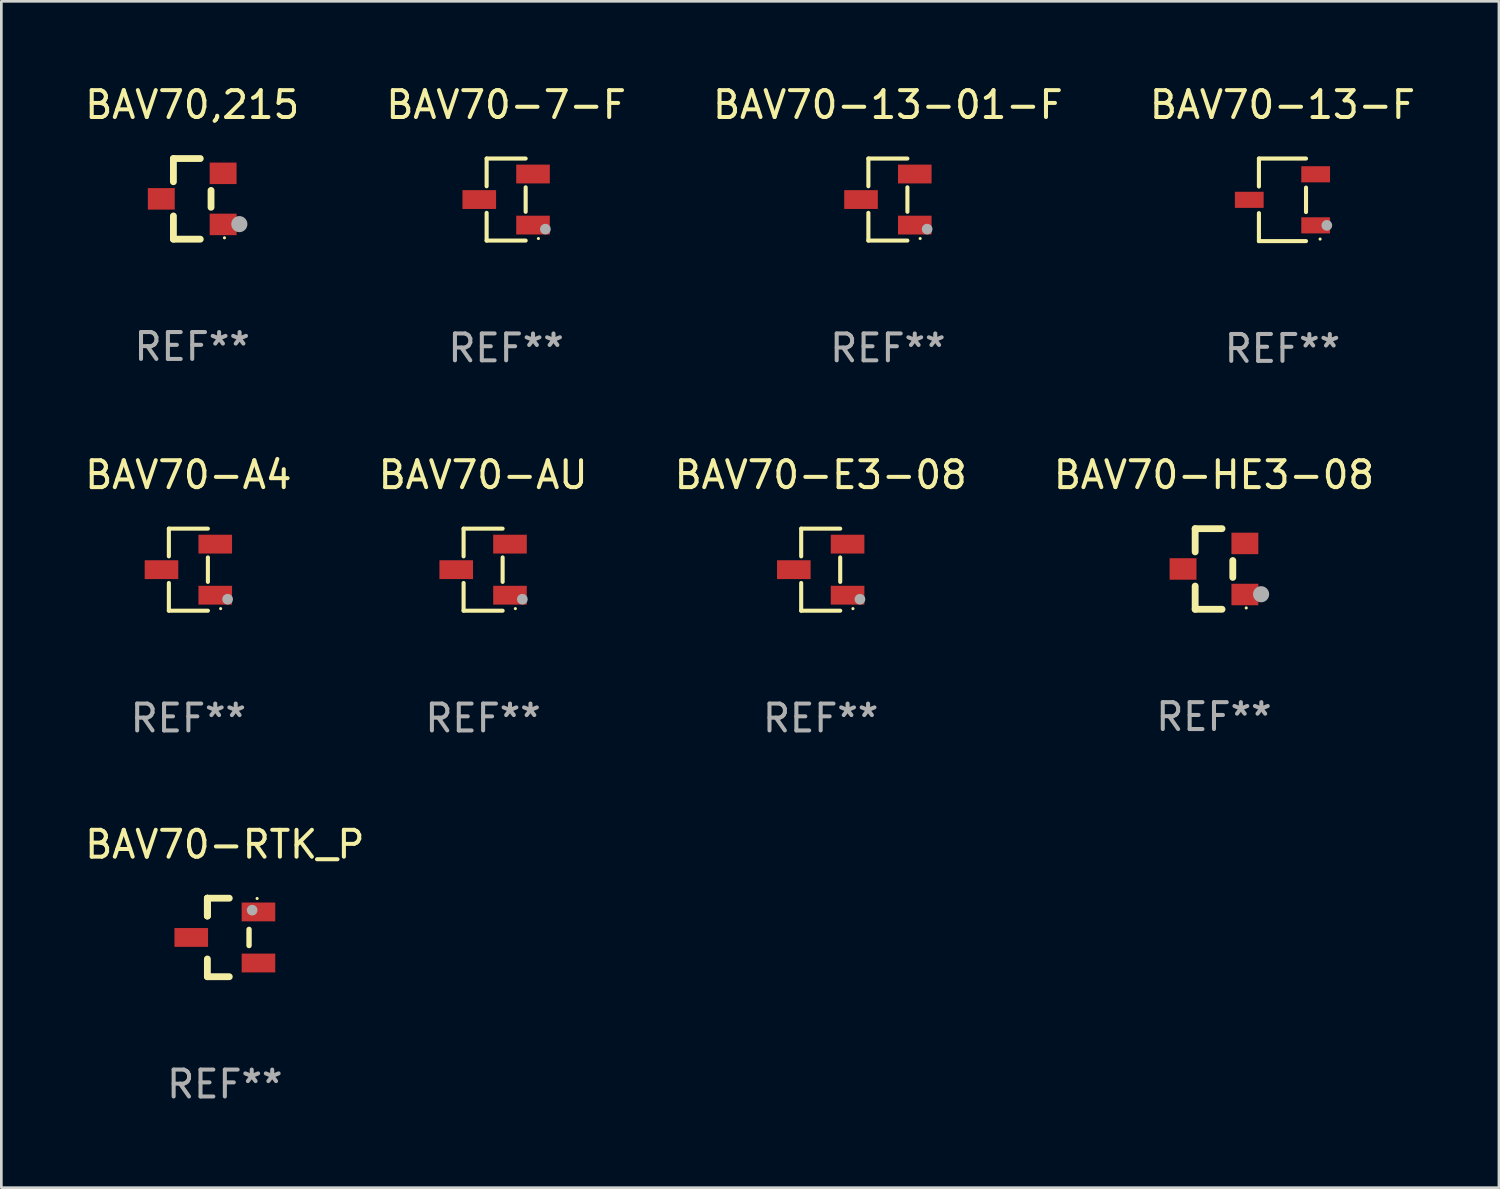
<source format=kicad_pcb>
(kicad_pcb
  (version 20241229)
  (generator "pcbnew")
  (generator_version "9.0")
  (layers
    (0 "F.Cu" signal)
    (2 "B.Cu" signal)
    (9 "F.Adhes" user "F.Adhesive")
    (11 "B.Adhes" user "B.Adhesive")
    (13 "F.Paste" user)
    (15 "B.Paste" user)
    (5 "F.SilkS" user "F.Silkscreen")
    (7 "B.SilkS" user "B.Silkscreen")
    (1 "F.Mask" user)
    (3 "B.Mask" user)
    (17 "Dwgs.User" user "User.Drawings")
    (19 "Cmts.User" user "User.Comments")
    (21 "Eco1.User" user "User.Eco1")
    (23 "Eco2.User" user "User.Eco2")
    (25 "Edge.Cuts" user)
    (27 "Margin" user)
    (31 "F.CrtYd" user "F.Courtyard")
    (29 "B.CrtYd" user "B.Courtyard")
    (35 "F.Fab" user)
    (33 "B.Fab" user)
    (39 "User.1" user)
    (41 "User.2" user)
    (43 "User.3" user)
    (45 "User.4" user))
  (footprint "BAV70-RTK_P"
    (layer "F.Cu")
    (at 5.315 31.826)
    (property "Reference" "BAV70-RTK_P" (at 0 -3.46 0) (layer "F.SilkS") (effects (font (size 1 1) (thickness 0.15))))
    (attr through_hole)
    (fp_line (start -0.65 -1.46) (end -0.65 -0.8) (stroke (width 0.254) (type solid)) (layer "F.SilkS"))
    (fp_line (start -0.65 -1.46) (end 0.165 -1.46) (stroke (width 0.254) (type solid)) (layer "F.SilkS"))
    (fp_line (start -0.65 -0.8) (end -0.65 -1.46) (stroke (width 0.254) (type solid)) (layer "F.SilkS"))
    (fp_line (start -0.65 -0.8) (end -0.65 -1.46) (stroke (width 0.254) (type solid)) (layer "F.SilkS"))
    (fp_line (start -0.65 1.46) (end -0.65 0.8) (stroke (width 0.254) (type solid)) (layer "F.SilkS"))
    (fp_line (start 0.165 1.46) (end -0.65 1.46) (stroke (width 0.254) (type solid)) (layer "F.SilkS"))
    (fp_line (start 0.9 0.3) (end 0.9 -0.3) (stroke (width 0.2) (type solid)) (layer "F.SilkS"))
    (fp_circle (center 1.2 -1.45) (end 1.23 -1.45) (stroke (width 0.06) (type solid)) (fill no) (layer "F.SilkS"))
    (fp_circle (center 1.016 -1.016) (end 1.116 -1.016) (stroke (width 0.2) (type solid)) (fill no) (layer "F.Fab"))
    (fp_text user "REF**" (at 0 5.46 0) (layer "F.Fab") (effects (font (size 1 1) (thickness 0.15))))
    (pad "1" smd rect (at 1.25 -0.95 270) (size 0.7 1.25) (layers "F.Cu" "F.Mask" "F.Paste"))
    (pad "2" smd rect (at 1.25 0.95 270) (size 0.7 1.25) (layers "F.Cu" "F.Mask" "F.Paste"))
    (pad "3" smd rect (at -1.25 -0.000013 270) (size 0.7 1.25) (layers "F.Cu" "F.Mask" "F.Paste")))
  (footprint "BAV70-E3-08"
    (layer "F.Cu")
    (at 27.482 18.143)
    (property "Reference" "BAV70-E3-08" (at 0 -3.526 0) (layer "F.SilkS") (effects (font (size 1 1) (thickness 0.15))))
    (attr through_hole)
    (fp_line (start -0.726 -1.526) (end -0.726 -0.495) (stroke (width 0.152) (type solid)) (layer "F.SilkS"))
    (fp_line (start -0.726 1.526) (end -0.726 0.495) (stroke (width 0.152) (type solid)) (layer "F.SilkS"))
    (fp_line (start 0.726 -1.526) (end -0.726 -1.526) (stroke (width 0.152) (type solid)) (layer "F.SilkS"))
    (fp_line (start 0.726 -0.455) (end 0.726 0.455) (stroke (width 0.152) (type solid)) (layer "F.SilkS"))
    (fp_line (start 0.726 1.526) (end -0.726 1.526) (stroke (width 0.152) (type solid)) (layer "F.SilkS"))
    (fp_circle (center 1.2 1.45) (end 1.23 1.45) (stroke (width 0.06) (type solid)) (fill no) (layer "F.SilkS"))
    (fp_circle (center 1.46 1.1) (end 1.56 1.1) (stroke (width 0.2) (type solid)) (fill no) (layer "F.Fab"))
    (fp_text user "REF**" (at 0 5.526 0) (layer "F.Fab") (effects (font (size 1 1) (thickness 0.15))))
    (pad "1" smd rect (at 1 0.95) (size 1.25 0.7) (layers "F.Cu" "F.Mask" "F.Paste"))
    (pad "2" smd rect (at 1 -0.95) (size 1.25 0.7) (layers "F.Cu" "F.Mask" "F.Paste"))
    (pad "3" smd rect (at -1 0) (size 1.25 0.7) (layers "F.Cu" "F.Mask" "F.Paste")))
  (footprint "BAV70-HE3-08"
    (layer "F.Cu")
    (at 42.113 18.117)
    (property "Reference" "BAV70-HE3-08" (at 0 -3.5 0) (layer "F.SilkS") (effects (font (size 1 1) (thickness 0.15))))
    (attr through_hole)
    (fp_line (start -0.7 -1.5) (end 0.3 -1.5) (stroke (width 0.254) (type solid)) (layer "F.SilkS"))
    (fp_line (start -0.7 -0.636) (end -0.7 -1.5) (stroke (width 0.254) (type solid)) (layer "F.SilkS"))
    (fp_line (start -0.7 1.5) (end -0.7 0.636) (stroke (width 0.254) (type solid)) (layer "F.SilkS"))
    (fp_line (start -0.7 1.5) (end 0.3 1.5) (stroke (width 0.254) (type solid)) (layer "F.SilkS"))
    (fp_line (start 0.7 0.314) (end 0.7 -0.314) (stroke (width 0.254) (type solid)) (layer "F.SilkS"))
    (fp_circle (center 1.2 1.45) (end 1.23 1.45) (stroke (width 0.06) (type solid)) (fill no) (layer "F.SilkS"))
    (fp_circle (center 1.753 0.94) (end 1.903 0.94) (stroke (width 0.3) (type solid)) (fill no) (layer "F.Fab"))
    (fp_text user "REF**" (at 0 5.5 0) (layer "F.Fab") (effects (font (size 1 1) (thickness 0.15))))
    (pad "1" smd rect (at 1.15 0.95 180) (size 1 0.8) (layers "F.Cu" "F.Mask" "F.Paste"))
    (pad "2" smd rect (at 1.15 -0.95 180) (size 1 0.8) (layers "F.Cu" "F.Mask" "F.Paste"))
    (pad "3" smd rect (at -1.15 -0.000051 180) (size 1 0.8) (layers "F.Cu" "F.Mask" "F.Paste")))
  (footprint "BAV70-A4"
    (layer "F.Cu")
    (at 3.958 18.143)
    (property "Reference" "BAV70-A4" (at 0 -3.526 0) (layer "F.SilkS") (effects (font (size 1 1) (thickness 0.15))))
    (attr through_hole)
    (fp_line (start -0.726 -1.526) (end -0.726 -0.495) (stroke (width 0.152) (type solid)) (layer "F.SilkS"))
    (fp_line (start -0.726 1.526) (end -0.726 0.495) (stroke (width 0.152) (type solid)) (layer "F.SilkS"))
    (fp_line (start 0.726 -1.526) (end -0.726 -1.526) (stroke (width 0.152) (type solid)) (layer "F.SilkS"))
    (fp_line (start 0.726 -0.455) (end 0.726 0.455) (stroke (width 0.152) (type solid)) (layer "F.SilkS"))
    (fp_line (start 0.726 1.526) (end -0.726 1.526) (stroke (width 0.152) (type solid)) (layer "F.SilkS"))
    (fp_circle (center 1.2 1.45) (end 1.23 1.45) (stroke (width 0.06) (type solid)) (fill no) (layer "F.SilkS"))
    (fp_circle (center 1.46 1.1) (end 1.56 1.1) (stroke (width 0.2) (type solid)) (fill no) (layer "F.Fab"))
    (fp_text user "REF**" (at 0 5.526 0) (layer "F.Fab") (effects (font (size 1 1) (thickness 0.15))))
    (pad "1" smd rect (at 1 0.95) (size 1.25 0.7) (layers "F.Cu" "F.Mask" "F.Paste"))
    (pad "2" smd rect (at 1 -0.95) (size 1.25 0.7) (layers "F.Cu" "F.Mask" "F.Paste"))
    (pad "3" smd rect (at -1 0) (size 1.25 0.7) (layers "F.Cu" "F.Mask" "F.Paste")))
  (footprint "BAV70-13-F"
    (layer "F.Cu")
    (at 44.661 4.384)
    (property "Reference" "BAV70-13-F" (at 0 -3.536 0) (layer "F.SilkS") (effects (font (size 1 1) (thickness 0.15))))
    (attr through_hole)
    (fp_line (start -0.876 -1.536) (end -0.876 -0.495) (stroke (width 0.152) (type solid)) (layer "F.SilkS"))
    (fp_line (start -0.876 1.536) (end -0.876 0.495) (stroke (width 0.152) (type solid)) (layer "F.SilkS"))
    (fp_line (start 0.876 -1.536) (end -0.876 -1.536) (stroke (width 0.152) (type solid)) (layer "F.SilkS"))
    (fp_line (start 0.876 -0.455) (end 0.876 0.455) (stroke (width 0.152) (type solid)) (layer "F.SilkS"))
    (fp_line (start 0.876 1.536) (end -0.876 1.536) (stroke (width 0.152) (type solid)) (layer "F.SilkS"))
    (fp_circle (center 1.4 1.46) (end 1.43 1.46) (stroke (width 0.06) (type solid)) (fill no) (layer "F.SilkS"))
    (fp_circle (center 1.651 0.95) (end 1.751 0.95) (stroke (width 0.2) (type solid)) (fill no) (layer "F.Fab"))
    (fp_text user "REF**" (at 0 5.536 0) (layer "F.Fab") (effects (font (size 1 1) (thickness 0.15))))
    (pad "1" smd rect (at 1.235 0.95) (size 1.07 0.6) (layers "F.Cu" "F.Mask" "F.Paste"))
    (pad "2" smd rect (at 1.235 -0.95) (size 1.07 0.6) (layers "F.Cu" "F.Mask" "F.Paste"))
    (pad "3" smd rect (at -1.235 0) (size 1.07 0.6) (layers "F.Cu" "F.Mask" "F.Paste")))
  (footprint "BAV70-AU"
    (layer "F.Cu")
    (at 14.923 18.143)
    (property "Reference" "BAV70-AU" (at 0 -3.526 0) (layer "F.SilkS") (effects (font (size 1 1) (thickness 0.15))))
    (attr through_hole)
    (fp_line (start -0.726 -1.526) (end -0.726 -0.495) (stroke (width 0.152) (type solid)) (layer "F.SilkS"))
    (fp_line (start -0.726 1.526) (end -0.726 0.495) (stroke (width 0.152) (type solid)) (layer "F.SilkS"))
    (fp_line (start 0.726 -1.526) (end -0.726 -1.526) (stroke (width 0.152) (type solid)) (layer "F.SilkS"))
    (fp_line (start 0.726 -0.455) (end 0.726 0.455) (stroke (width 0.152) (type solid)) (layer "F.SilkS"))
    (fp_line (start 0.726 1.526) (end -0.726 1.526) (stroke (width 0.152) (type solid)) (layer "F.SilkS"))
    (fp_circle (center 1.2 1.45) (end 1.23 1.45) (stroke (width 0.06) (type solid)) (fill no) (layer "F.SilkS"))
    (fp_circle (center 1.46 1.1) (end 1.56 1.1) (stroke (width 0.2) (type solid)) (fill no) (layer "F.Fab"))
    (fp_text user "REF**" (at 0 5.526 0) (layer "F.Fab") (effects (font (size 1 1) (thickness 0.15))))
    (pad "1" smd rect (at 1 0.95) (size 1.25 0.7) (layers "F.Cu" "F.Mask" "F.Paste"))
    (pad "2" smd rect (at 1 -0.95) (size 1.25 0.7) (layers "F.Cu" "F.Mask" "F.Paste"))
    (pad "3" smd rect (at -1 0) (size 1.25 0.7) (layers "F.Cu" "F.Mask" "F.Paste")))
  (footprint "BAV70-7-F"
    (layer "F.Cu")
    (at 15.78 4.374)
    (property "Reference" "BAV70-7-F" (at 0 -3.526 0) (layer "F.SilkS") (effects (font (size 1 1) (thickness 0.15))))
    (attr through_hole)
    (fp_line (start -0.726 -1.526) (end -0.726 -0.495) (stroke (width 0.152) (type solid)) (layer "F.SilkS"))
    (fp_line (start -0.726 1.526) (end -0.726 0.495) (stroke (width 0.152) (type solid)) (layer "F.SilkS"))
    (fp_line (start 0.726 -1.526) (end -0.726 -1.526) (stroke (width 0.152) (type solid)) (layer "F.SilkS"))
    (fp_line (start 0.726 -0.455) (end 0.726 0.455) (stroke (width 0.152) (type solid)) (layer "F.SilkS"))
    (fp_line (start 0.726 1.526) (end -0.726 1.526) (stroke (width 0.152) (type solid)) (layer "F.SilkS"))
    (fp_circle (center 1.2 1.45) (end 1.23 1.45) (stroke (width 0.06) (type solid)) (fill no) (layer "F.SilkS"))
    (fp_circle (center 1.46 1.1) (end 1.56 1.1) (stroke (width 0.2) (type solid)) (fill no) (layer "F.Fab"))
    (fp_text user "REF**" (at 0 5.526 0) (layer "F.Fab") (effects (font (size 1 1) (thickness 0.15))))
    (pad "1" smd rect (at 1 0.95) (size 1.25 0.7) (layers "F.Cu" "F.Mask" "F.Paste"))
    (pad "2" smd rect (at 1 -0.95) (size 1.25 0.7) (layers "F.Cu" "F.Mask" "F.Paste"))
    (pad "3" smd rect (at -1 0) (size 1.25 0.7) (layers "F.Cu" "F.Mask" "F.Paste")))
  (footprint "BAV70,215"
    (layer "F.Cu")
    (at 4.101 4.348)
    (property "Reference" "BAV70,215" (at 0 -3.5 0) (layer "F.SilkS") (effects (font (size 1 1) (thickness 0.15))))
    (attr through_hole)
    (fp_line (start -0.7 -1.5) (end 0.3 -1.5) (stroke (width 0.254) (type solid)) (layer "F.SilkS"))
    (fp_line (start -0.7 -0.636) (end -0.7 -1.5) (stroke (width 0.254) (type solid)) (layer "F.SilkS"))
    (fp_line (start -0.7 1.5) (end -0.7 0.636) (stroke (width 0.254) (type solid)) (layer "F.SilkS"))
    (fp_line (start -0.7 1.5) (end 0.3 1.5) (stroke (width 0.254) (type solid)) (layer "F.SilkS"))
    (fp_line (start 0.7 0.314) (end 0.7 -0.314) (stroke (width 0.254) (type solid)) (layer "F.SilkS"))
    (fp_circle (center 1.2 1.45) (end 1.23 1.45) (stroke (width 0.06) (type solid)) (fill no) (layer "F.SilkS"))
    (fp_circle (center 1.753 0.94) (end 1.903 0.94) (stroke (width 0.3) (type solid)) (fill no) (layer "F.Fab"))
    (fp_text user "REF**" (at 0 5.5 0) (layer "F.Fab") (effects (font (size 1 1) (thickness 0.15))))
    (pad "1" smd rect (at 1.15 0.95 180) (size 1 0.8) (layers "F.Cu" "F.Mask" "F.Paste"))
    (pad "2" smd rect (at 1.15 -0.95 180) (size 1 0.8) (layers "F.Cu" "F.Mask" "F.Paste"))
    (pad "3" smd rect (at -1.15 -0.000051 180) (size 1 0.8) (layers "F.Cu" "F.Mask" "F.Paste")))
  (footprint "BAV70-13-01-F"
    (layer "F.Cu")
    (at 29.982 4.374)
    (property "Reference" "BAV70-13-01-F" (at 0 -3.526 0) (layer "F.SilkS") (effects (font (size 1 1) (thickness 0.15))))
    (attr through_hole)
    (fp_line (start -0.726 -1.526) (end -0.726 -0.495) (stroke (width 0.152) (type solid)) (layer "F.SilkS"))
    (fp_line (start -0.726 1.526) (end -0.726 0.495) (stroke (width 0.152) (type solid)) (layer "F.SilkS"))
    (fp_line (start 0.726 -1.526) (end -0.726 -1.526) (stroke (width 0.152) (type solid)) (layer "F.SilkS"))
    (fp_line (start 0.726 -0.455) (end 0.726 0.455) (stroke (width 0.152) (type solid)) (layer "F.SilkS"))
    (fp_line (start 0.726 1.526) (end -0.726 1.526) (stroke (width 0.152) (type solid)) (layer "F.SilkS"))
    (fp_circle (center 1.2 1.45) (end 1.23 1.45) (stroke (width 0.06) (type solid)) (fill no) (layer "F.SilkS"))
    (fp_circle (center 1.46 1.1) (end 1.56 1.1) (stroke (width 0.2) (type solid)) (fill no) (layer "F.Fab"))
    (fp_text user "REF**" (at 0 5.526 0) (layer "F.Fab") (effects (font (size 1 1) (thickness 0.15))))
    (pad "1" smd rect (at 1 0.95) (size 1.25 0.7) (layers "F.Cu" "F.Mask" "F.Paste"))
    (pad "2" smd rect (at 1 -0.95) (size 1.25 0.7) (layers "F.Cu" "F.Mask" "F.Paste"))
    (pad "3" smd rect (at -1 0) (size 1.25 0.7) (layers "F.Cu" "F.Mask" "F.Paste")))
  (gr_rect
    (start -3 -3)
    (end 52.714 41.134)
    (stroke (width 0.1) (type default))
    (fill no)
    (layer "Edge.Cuts")))
</source>
